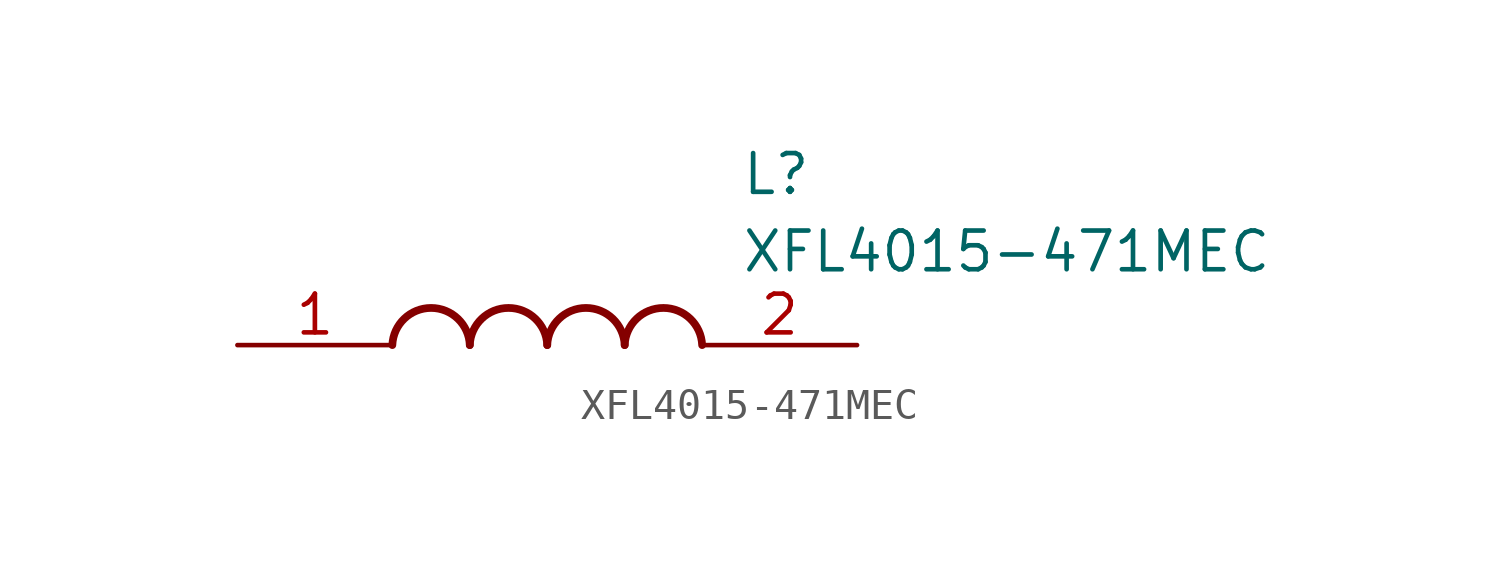
<source format=kicad_sym>
(kicad_symbol_lib
  (version 20211014)
  (generator SamacSys_ECAD_Model)
  (symbol "XFL4015-471MEC"
    (pin_names hide)
    (property "Reference" "L"
      (at 16.51 6.35 0)
      (effects (font (size 1.27 1.27)) (justify left top)))
    (property "Value" "XFL4015-471MEC"
      (at 16.51 3.81 0)
      (effects (font (size 1.27 1.27)) (justify left top)))
    (arc
      (start 7.62 0)
      (mid 6.35 1.219)
      (end 5.08 0)
      (stroke (width 0.254) (type default))
      (fill (type none)))
    (arc
      (start 10.16 0)
      (mid 8.89 1.219)
      (end 7.62 0)
      (stroke (width 0.254) (type default))
      (fill (type none)))
    (arc
      (start 12.7 0)
      (mid 11.43 1.219)
      (end 10.16 0)
      (stroke (width 0.254) (type default))
      (fill (type none)))
    (arc
      (start 15.24 0)
      (mid 13.97 1.219)
      (end 12.7 0)
      (stroke (width 0.254) (type default))
      (fill (type none)))
    (pin passive line
      (at 0 0 0)
      (length 5.08)
      (name "1" (effects (font (size 1.27 1.27))))
      (number "1" (effects (font (size 1.27 1.27)))))
    (pin passive line
      (at 20.32 0 180)
      (length 5.08)
      (name "2" (effects (font (size 1.27 1.27))))
      (number "2" (effects (font (size 1.27 1.27)))))))
</source>
